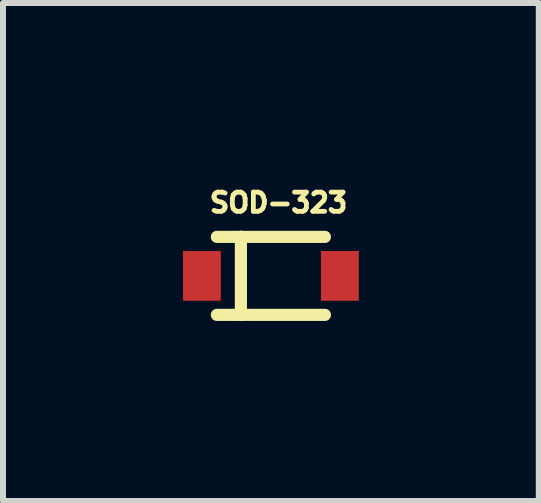
<source format=kicad_pcb>
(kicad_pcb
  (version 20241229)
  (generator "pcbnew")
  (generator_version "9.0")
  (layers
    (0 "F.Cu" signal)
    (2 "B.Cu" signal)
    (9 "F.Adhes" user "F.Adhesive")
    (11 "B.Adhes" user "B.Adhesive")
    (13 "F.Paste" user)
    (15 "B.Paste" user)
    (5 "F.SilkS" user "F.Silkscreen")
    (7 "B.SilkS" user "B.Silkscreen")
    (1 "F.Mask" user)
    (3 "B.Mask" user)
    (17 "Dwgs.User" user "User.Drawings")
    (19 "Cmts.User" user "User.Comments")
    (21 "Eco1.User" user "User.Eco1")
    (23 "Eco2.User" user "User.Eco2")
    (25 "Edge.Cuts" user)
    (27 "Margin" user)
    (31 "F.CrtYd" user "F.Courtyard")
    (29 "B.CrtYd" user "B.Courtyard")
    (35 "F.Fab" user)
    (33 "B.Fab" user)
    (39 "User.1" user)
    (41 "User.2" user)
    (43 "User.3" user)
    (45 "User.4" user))
  (footprint "SOD-323"
    (layer "F.Cu")
    (at 1.465 1.548)
    (property "Reference" "SOD-323" (at 0.127 -1.22 0) (layer "F.SilkS") (effects (font (size 0.32 0.32) (thickness 0.15))))
    (attr smd)
    (fp_line (start -0.9 -0.65) (end -0.5 -0.65) (stroke (width 0.203) (type solid)) (layer "F.SilkS"))
    (fp_line (start -0.9 0.65) (end -0.5 0.65) (stroke (width 0.203) (type solid)) (layer "F.SilkS"))
    (fp_line (start -0.5 -0.65) (end -0.5 0.65) (stroke (width 0.203) (type solid)) (layer "F.SilkS"))
    (fp_line (start -0.5 -0.65) (end 0.9 -0.65) (stroke (width 0.203) (type solid)) (layer "F.SilkS"))
    (fp_line (start -0.5 0.65) (end 0.9 0.65) (stroke (width 0.203) (type solid)) (layer "F.SilkS"))
    (pad "A" smd rect (at 1.15 0) (size 0.63 0.83) (layers "F.Cu" "F.Mask" "F.Paste"))
    (pad "C" smd rect (at -1.15 0) (size 0.63 0.83) (layers "F.Cu" "F.Mask" "F.Paste")))
  (gr_rect
    (start -3 -3)
    (end 5.93 5.3)
    (stroke (width 0.1) (type default))
    (fill no)
    (layer "Edge.Cuts")))
</source>
